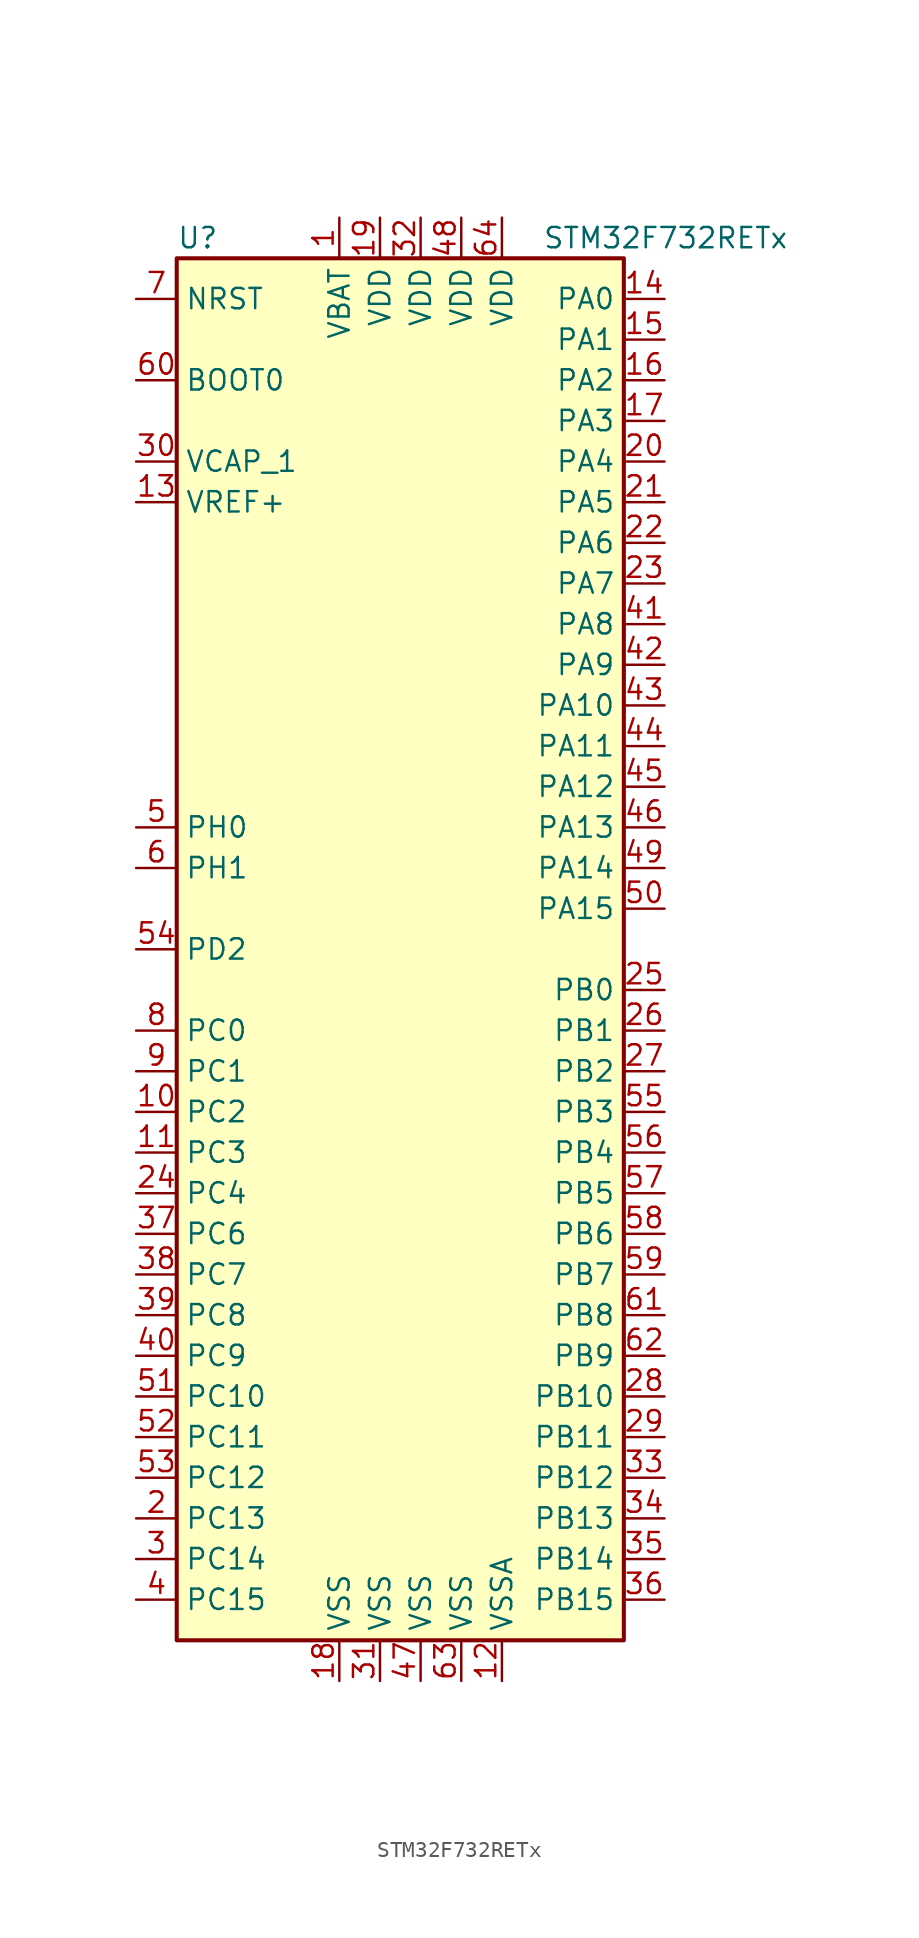
<source format=kicad_sym>
(kicad_symbol_lib
  (version 20201005)
  (generator kicad_symbol_editor)
  (symbol "MCU_ST_STM32F7:STM32F732RETx"
    (property "Reference" "U"
      (at -15.24 44.45 0)
      (effects (font (size 1.27 1.27)) (justify left)))
    (property "Value" "STM32F732RETx"
      (at 7.62 44.45 0)
      (effects (font (size 1.27 1.27)) (justify left)))
    (symbol "STM32F732RETx_0_1"
      (rectangle (start -15.24 -43.18) (end 12.7 43.18) (stroke (width 0.254)) (fill (type background))))
    (symbol "STM32F732RETx_1_1"
      (pin input line (at -17.78 35.56 0) (length 2.54) (name "BOOT0" (effects (font (size 1.27 1.27)))) (number "60" (effects (font (size 1.27 1.27)))))
      (pin input line (at -17.78 40.64 0) (length 2.54) (name "NRST" (effects (font (size 1.27 1.27)))) (number "7" (effects (font (size 1.27 1.27)))))
      (pin bidirectional line (at 15.24 40.64 180) (length 2.54) (name "PA0" (effects (font (size 1.27 1.27)))) (number "14" (effects (font (size 1.27 1.27)))))
      (pin bidirectional line (at 15.24 38.1 180) (length 2.54) (name "PA1" (effects (font (size 1.27 1.27)))) (number "15" (effects (font (size 1.27 1.27)))))
      (pin bidirectional line (at 15.24 15.24 180) (length 2.54) (name "PA10" (effects (font (size 1.27 1.27)))) (number "43" (effects (font (size 1.27 1.27)))))
      (pin bidirectional line (at 15.24 12.7 180) (length 2.54) (name "PA11" (effects (font (size 1.27 1.27)))) (number "44" (effects (font (size 1.27 1.27)))))
      (pin bidirectional line (at 15.24 10.16 180) (length 2.54) (name "PA12" (effects (font (size 1.27 1.27)))) (number "45" (effects (font (size 1.27 1.27)))))
      (pin bidirectional line (at 15.24 7.62 180) (length 2.54) (name "PA13" (effects (font (size 1.27 1.27)))) (number "46" (effects (font (size 1.27 1.27)))))
      (pin bidirectional line (at 15.24 5.08 180) (length 2.54) (name "PA14" (effects (font (size 1.27 1.27)))) (number "49" (effects (font (size 1.27 1.27)))))
      (pin bidirectional line (at 15.24 2.54 180) (length 2.54) (name "PA15" (effects (font (size 1.27 1.27)))) (number "50" (effects (font (size 1.27 1.27)))))
      (pin bidirectional line (at 15.24 35.56 180) (length 2.54) (name "PA2" (effects (font (size 1.27 1.27)))) (number "16" (effects (font (size 1.27 1.27)))))
      (pin bidirectional line (at 15.24 33.02 180) (length 2.54) (name "PA3" (effects (font (size 1.27 1.27)))) (number "17" (effects (font (size 1.27 1.27)))))
      (pin bidirectional line (at 15.24 30.48 180) (length 2.54) (name "PA4" (effects (font (size 1.27 1.27)))) (number "20" (effects (font (size 1.27 1.27)))))
      (pin bidirectional line (at 15.24 27.94 180) (length 2.54) (name "PA5" (effects (font (size 1.27 1.27)))) (number "21" (effects (font (size 1.27 1.27)))))
      (pin bidirectional line (at 15.24 25.4 180) (length 2.54) (name "PA6" (effects (font (size 1.27 1.27)))) (number "22" (effects (font (size 1.27 1.27)))))
      (pin bidirectional line (at 15.24 22.86 180) (length 2.54) (name "PA7" (effects (font (size 1.27 1.27)))) (number "23" (effects (font (size 1.27 1.27)))))
      (pin bidirectional line (at 15.24 20.32 180) (length 2.54) (name "PA8" (effects (font (size 1.27 1.27)))) (number "41" (effects (font (size 1.27 1.27)))))
      (pin bidirectional line (at 15.24 17.78 180) (length 2.54) (name "PA9" (effects (font (size 1.27 1.27)))) (number "42" (effects (font (size 1.27 1.27)))))
      (pin bidirectional line (at 15.24 -2.54 180) (length 2.54) (name "PB0" (effects (font (size 1.27 1.27)))) (number "25" (effects (font (size 1.27 1.27)))))
      (pin bidirectional line (at 15.24 -5.08 180) (length 2.54) (name "PB1" (effects (font (size 1.27 1.27)))) (number "26" (effects (font (size 1.27 1.27)))))
      (pin bidirectional line (at 15.24 -27.94 180) (length 2.54) (name "PB10" (effects (font (size 1.27 1.27)))) (number "28" (effects (font (size 1.27 1.27)))))
      (pin bidirectional line (at 15.24 -30.48 180) (length 2.54) (name "PB11" (effects (font (size 1.27 1.27)))) (number "29" (effects (font (size 1.27 1.27)))))
      (pin bidirectional line (at 15.24 -33.02 180) (length 2.54) (name "PB12" (effects (font (size 1.27 1.27)))) (number "33" (effects (font (size 1.27 1.27)))))
      (pin bidirectional line (at 15.24 -35.56 180) (length 2.54) (name "PB13" (effects (font (size 1.27 1.27)))) (number "34" (effects (font (size 1.27 1.27)))))
      (pin bidirectional line (at 15.24 -38.1 180) (length 2.54) (name "PB14" (effects (font (size 1.27 1.27)))) (number "35" (effects (font (size 1.27 1.27)))))
      (pin bidirectional line (at 15.24 -40.64 180) (length 2.54) (name "PB15" (effects (font (size 1.27 1.27)))) (number "36" (effects (font (size 1.27 1.27)))))
      (pin bidirectional line (at 15.24 -7.62 180) (length 2.54) (name "PB2" (effects (font (size 1.27 1.27)))) (number "27" (effects (font (size 1.27 1.27)))))
      (pin bidirectional line (at 15.24 -10.16 180) (length 2.54) (name "PB3" (effects (font (size 1.27 1.27)))) (number "55" (effects (font (size 1.27 1.27)))))
      (pin bidirectional line (at 15.24 -12.7 180) (length 2.54) (name "PB4" (effects (font (size 1.27 1.27)))) (number "56" (effects (font (size 1.27 1.27)))))
      (pin bidirectional line (at 15.24 -15.24 180) (length 2.54) (name "PB5" (effects (font (size 1.27 1.27)))) (number "57" (effects (font (size 1.27 1.27)))))
      (pin bidirectional line (at 15.24 -17.78 180) (length 2.54) (name "PB6" (effects (font (size 1.27 1.27)))) (number "58" (effects (font (size 1.27 1.27)))))
      (pin bidirectional line (at 15.24 -20.32 180) (length 2.54) (name "PB7" (effects (font (size 1.27 1.27)))) (number "59" (effects (font (size 1.27 1.27)))))
      (pin bidirectional line (at 15.24 -22.86 180) (length 2.54) (name "PB8" (effects (font (size 1.27 1.27)))) (number "61" (effects (font (size 1.27 1.27)))))
      (pin bidirectional line (at 15.24 -25.4 180) (length 2.54) (name "PB9" (effects (font (size 1.27 1.27)))) (number "62" (effects (font (size 1.27 1.27)))))
      (pin bidirectional line (at -17.78 -5.08 0) (length 2.54) (name "PC0" (effects (font (size 1.27 1.27)))) (number "8" (effects (font (size 1.27 1.27)))))
      (pin bidirectional line (at -17.78 -7.62 0) (length 2.54) (name "PC1" (effects (font (size 1.27 1.27)))) (number "9" (effects (font (size 1.27 1.27)))))
      (pin bidirectional line (at -17.78 -27.94 0) (length 2.54) (name "PC10" (effects (font (size 1.27 1.27)))) (number "51" (effects (font (size 1.27 1.27)))))
      (pin bidirectional line (at -17.78 -30.48 0) (length 2.54) (name "PC11" (effects (font (size 1.27 1.27)))) (number "52" (effects (font (size 1.27 1.27)))))
      (pin bidirectional line (at -17.78 -33.02 0) (length 2.54) (name "PC12" (effects (font (size 1.27 1.27)))) (number "53" (effects (font (size 1.27 1.27)))))
      (pin bidirectional line (at -17.78 -35.56 0) (length 2.54) (name "PC13" (effects (font (size 1.27 1.27)))) (number "2" (effects (font (size 1.27 1.27)))))
      (pin bidirectional line (at -17.78 -38.1 0) (length 2.54) (name "PC14" (effects (font (size 1.27 1.27)))) (number "3" (effects (font (size 1.27 1.27)))))
      (pin bidirectional line (at -17.78 -40.64 0) (length 2.54) (name "PC15" (effects (font (size 1.27 1.27)))) (number "4" (effects (font (size 1.27 1.27)))))
      (pin bidirectional line (at -17.78 -10.16 0) (length 2.54) (name "PC2" (effects (font (size 1.27 1.27)))) (number "10" (effects (font (size 1.27 1.27)))))
      (pin bidirectional line (at -17.78 -12.7 0) (length 2.54) (name "PC3" (effects (font (size 1.27 1.27)))) (number "11" (effects (font (size 1.27 1.27)))))
      (pin bidirectional line (at -17.78 -15.24 0) (length 2.54) (name "PC4" (effects (font (size 1.27 1.27)))) (number "24" (effects (font (size 1.27 1.27)))))
      (pin bidirectional line (at -17.78 -17.78 0) (length 2.54) (name "PC6" (effects (font (size 1.27 1.27)))) (number "37" (effects (font (size 1.27 1.27)))))
      (pin bidirectional line (at -17.78 -20.32 0) (length 2.54) (name "PC7" (effects (font (size 1.27 1.27)))) (number "38" (effects (font (size 1.27 1.27)))))
      (pin bidirectional line (at -17.78 -22.86 0) (length 2.54) (name "PC8" (effects (font (size 1.27 1.27)))) (number "39" (effects (font (size 1.27 1.27)))))
      (pin bidirectional line (at -17.78 -25.4 0) (length 2.54) (name "PC9" (effects (font (size 1.27 1.27)))) (number "40" (effects (font (size 1.27 1.27)))))
      (pin bidirectional line (at -17.78 0 0) (length 2.54) (name "PD2" (effects (font (size 1.27 1.27)))) (number "54" (effects (font (size 1.27 1.27)))))
      (pin input line (at -17.78 7.62 0) (length 2.54) (name "PH0" (effects (font (size 1.27 1.27)))) (number "5" (effects (font (size 1.27 1.27)))))
      (pin input line (at -17.78 5.08 0) (length 2.54) (name "PH1" (effects (font (size 1.27 1.27)))) (number "6" (effects (font (size 1.27 1.27)))))
      (pin power_in line (at -5.08 45.72 270) (length 2.54) (name "VBAT" (effects (font (size 1.27 1.27)))) (number "1" (effects (font (size 1.27 1.27)))))
      (pin power_in line (at -17.78 30.48 0) (length 2.54) (name "VCAP_1" (effects (font (size 1.27 1.27)))) (number "30" (effects (font (size 1.27 1.27)))))
      (pin power_in line (at -2.54 45.72 270) (length 2.54) (name "VDD" (effects (font (size 1.27 1.27)))) (number "19" (effects (font (size 1.27 1.27)))))
      (pin power_in line (at 0 45.72 270) (length 2.54) (name "VDD" (effects (font (size 1.27 1.27)))) (number "32" (effects (font (size 1.27 1.27)))))
      (pin power_in line (at 2.54 45.72 270) (length 2.54) (name "VDD" (effects (font (size 1.27 1.27)))) (number "48" (effects (font (size 1.27 1.27)))))
      (pin power_in line (at 5.08 45.72 270) (length 2.54) (name "VDD" (effects (font (size 1.27 1.27)))) (number "64" (effects (font (size 1.27 1.27)))))
      (pin power_in line (at -17.78 27.94 0) (length 2.54) (name "VREF+" (effects (font (size 1.27 1.27)))) (number "13" (effects (font (size 1.27 1.27)))))
      (pin power_in line (at -5.08 -45.72 90) (length 2.54) (name "VSS" (effects (font (size 1.27 1.27)))) (number "18" (effects (font (size 1.27 1.27)))))
      (pin power_in line (at -2.54 -45.72 90) (length 2.54) (name "VSS" (effects (font (size 1.27 1.27)))) (number "31" (effects (font (size 1.27 1.27)))))
      (pin power_in line (at 0 -45.72 90) (length 2.54) (name "VSS" (effects (font (size 1.27 1.27)))) (number "47" (effects (font (size 1.27 1.27)))))
      (pin power_in line (at 2.54 -45.72 90) (length 2.54) (name "VSS" (effects (font (size 1.27 1.27)))) (number "63" (effects (font (size 1.27 1.27)))))
      (pin power_in line (at 5.08 -45.72 90) (length 2.54) (name "VSSA" (effects (font (size 1.27 1.27)))) (number "12" (effects (font (size 1.27 1.27))))))))
</source>
